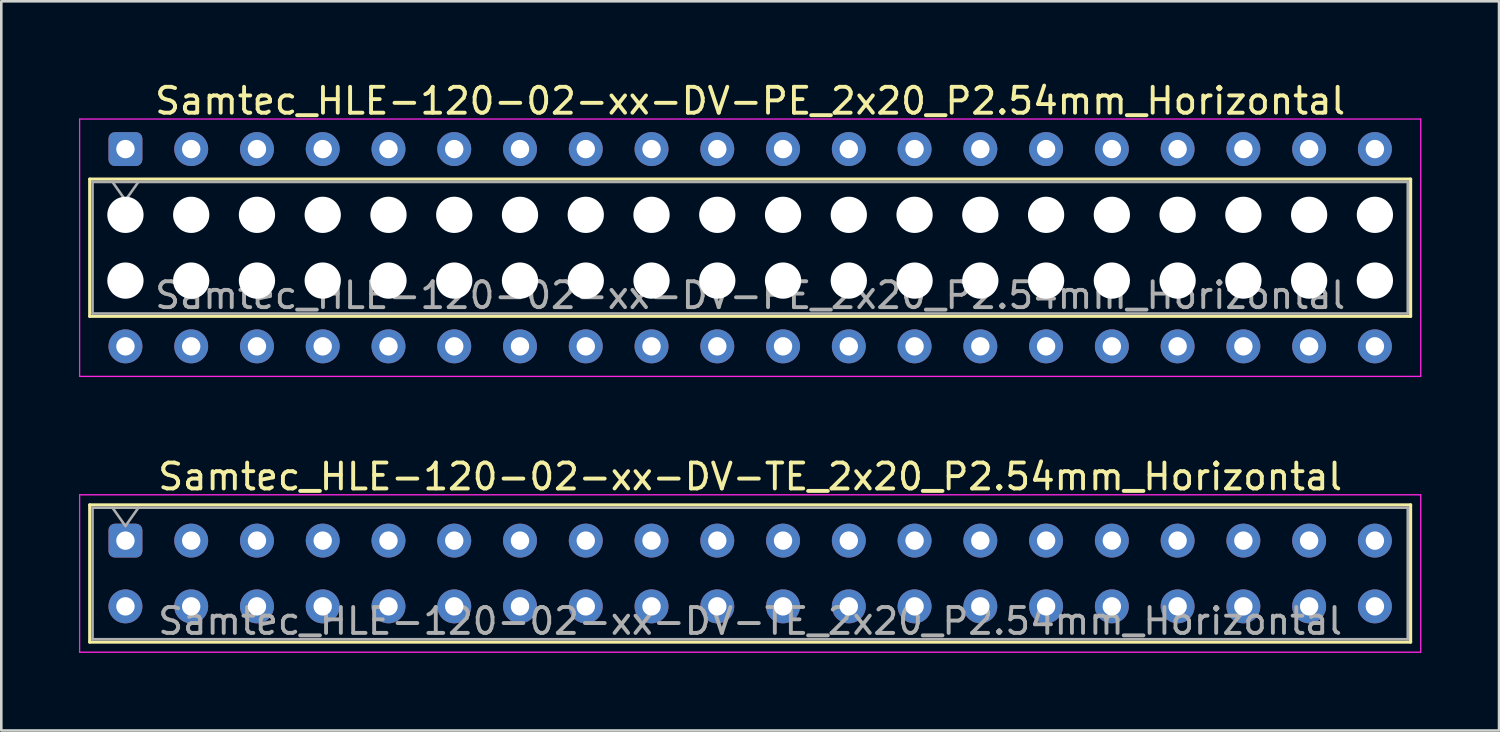
<source format=kicad_pcb>
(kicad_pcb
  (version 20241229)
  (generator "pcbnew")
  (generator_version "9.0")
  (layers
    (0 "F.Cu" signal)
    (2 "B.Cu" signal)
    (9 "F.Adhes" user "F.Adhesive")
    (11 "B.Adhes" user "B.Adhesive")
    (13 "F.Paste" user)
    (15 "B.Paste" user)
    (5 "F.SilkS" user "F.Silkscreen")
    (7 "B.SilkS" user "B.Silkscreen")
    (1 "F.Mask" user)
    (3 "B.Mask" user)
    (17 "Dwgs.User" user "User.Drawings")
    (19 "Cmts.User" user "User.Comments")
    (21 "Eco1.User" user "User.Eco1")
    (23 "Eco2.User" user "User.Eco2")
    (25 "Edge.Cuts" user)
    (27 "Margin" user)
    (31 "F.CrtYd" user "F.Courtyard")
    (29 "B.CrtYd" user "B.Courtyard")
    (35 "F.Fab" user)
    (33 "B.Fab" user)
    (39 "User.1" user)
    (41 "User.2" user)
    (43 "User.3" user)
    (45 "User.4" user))
  (footprint "Samtec_HLE-120-02-xx-DV-PE_2x20_P2.54mm_Horizontal"
    (layer "F.Cu")
    (at 1.795 2.708)
    (property "Reference" "Samtec_HLE-120-02-xx-DV-PE_2x20_P2.54mm_Horizontal" (at 24.13 -1.86 0) (layer "F.SilkS") (effects (font (size 1 1) (thickness 0.15))))
    (attr through_hole)
    (fp_line (start -1.38 1.16) (end 49.64 1.16) (stroke (width 0.12) (type solid)) (layer "F.SilkS"))
    (fp_line (start -1.38 6.46) (end -1.38 1.16) (stroke (width 0.12) (type solid)) (layer "F.SilkS"))
    (fp_line (start 49.64 1.16) (end 49.64 6.46) (stroke (width 0.12) (type solid)) (layer "F.SilkS"))
    (fp_line (start 49.64 6.46) (end -1.38 6.46) (stroke (width 0.12) (type solid)) (layer "F.SilkS"))
    (fp_line (start -1.77 -1.16) (end 50.03 -1.16) (stroke (width 0.05) (type solid)) (layer "F.CrtYd"))
    (fp_line (start -1.77 8.78) (end -1.77 -1.16) (stroke (width 0.05) (type solid)) (layer "F.CrtYd"))
    (fp_line (start 50.03 -1.16) (end 50.03 8.78) (stroke (width 0.05) (type solid)) (layer "F.CrtYd"))
    (fp_line (start 50.03 8.78) (end -1.77 8.78) (stroke (width 0.05) (type solid)) (layer "F.CrtYd"))
    (fp_line (start -1.27 1.27) (end 49.53 1.27) (stroke (width 0.1) (type solid)) (layer "F.Fab"))
    (fp_line (start -1.27 6.35) (end -1.27 1.27) (stroke (width 0.1) (type solid)) (layer "F.Fab"))
    (fp_line (start -0.5 1.27) (end 0 1.977) (stroke (width 0.1) (type solid)) (layer "F.Fab"))
    (fp_line (start 0 1.977) (end 0.5 1.27) (stroke (width 0.1) (type solid)) (layer "F.Fab"))
    (fp_line (start 49.53 1.27) (end 49.53 6.35) (stroke (width 0.1) (type solid)) (layer "F.Fab"))
    (fp_line (start 49.53 6.35) (end -1.27 6.35) (stroke (width 0.1) (type solid)) (layer "F.Fab"))
    (fp_text user "${REFERENCE}" (at 24.13 5.65 0) (layer "F.Fab") (effects (font (size 1 1) (thickness 0.15))))
    (pad "" np_thru_hole circle (at 0 2.54) (size 1.4 1.4) (drill 1.4) (layers "*.Cu" "*.Mask"))
    (pad "" np_thru_hole circle (at 0 5.08) (size 1.4 1.4) (drill 1.4) (layers "*.Cu" "*.Mask"))
    (pad "" np_thru_hole circle (at 2.54 2.54) (size 1.4 1.4) (drill 1.4) (layers "*.Cu" "*.Mask"))
    (pad "" np_thru_hole circle (at 2.54 5.08) (size 1.4 1.4) (drill 1.4) (layers "*.Cu" "*.Mask"))
    (pad "" np_thru_hole circle (at 5.08 2.54) (size 1.4 1.4) (drill 1.4) (layers "*.Cu" "*.Mask"))
    (pad "" np_thru_hole circle (at 5.08 5.08) (size 1.4 1.4) (drill 1.4) (layers "*.Cu" "*.Mask"))
    (pad "" np_thru_hole circle (at 7.62 2.54) (size 1.4 1.4) (drill 1.4) (layers "*.Cu" "*.Mask"))
    (pad "" np_thru_hole circle (at 7.62 5.08) (size 1.4 1.4) (drill 1.4) (layers "*.Cu" "*.Mask"))
    (pad "" np_thru_hole circle (at 10.16 2.54) (size 1.4 1.4) (drill 1.4) (layers "*.Cu" "*.Mask"))
    (pad "" np_thru_hole circle (at 10.16 5.08) (size 1.4 1.4) (drill 1.4) (layers "*.Cu" "*.Mask"))
    (pad "" np_thru_hole circle (at 12.7 2.54) (size 1.4 1.4) (drill 1.4) (layers "*.Cu" "*.Mask"))
    (pad "" np_thru_hole circle (at 12.7 5.08) (size 1.4 1.4) (drill 1.4) (layers "*.Cu" "*.Mask"))
    (pad "" np_thru_hole circle (at 15.24 2.54) (size 1.4 1.4) (drill 1.4) (layers "*.Cu" "*.Mask"))
    (pad "" np_thru_hole circle (at 15.24 5.08) (size 1.4 1.4) (drill 1.4) (layers "*.Cu" "*.Mask"))
    (pad "" np_thru_hole circle (at 17.78 2.54) (size 1.4 1.4) (drill 1.4) (layers "*.Cu" "*.Mask"))
    (pad "" np_thru_hole circle (at 17.78 5.08) (size 1.4 1.4) (drill 1.4) (layers "*.Cu" "*.Mask"))
    (pad "" np_thru_hole circle (at 20.32 2.54) (size 1.4 1.4) (drill 1.4) (layers "*.Cu" "*.Mask"))
    (pad "" np_thru_hole circle (at 20.32 5.08) (size 1.4 1.4) (drill 1.4) (layers "*.Cu" "*.Mask"))
    (pad "" np_thru_hole circle (at 22.86 2.54) (size 1.4 1.4) (drill 1.4) (layers "*.Cu" "*.Mask"))
    (pad "" np_thru_hole circle (at 22.86 5.08) (size 1.4 1.4) (drill 1.4) (layers "*.Cu" "*.Mask"))
    (pad "" np_thru_hole circle (at 25.4 2.54) (size 1.4 1.4) (drill 1.4) (layers "*.Cu" "*.Mask"))
    (pad "" np_thru_hole circle (at 25.4 5.08) (size 1.4 1.4) (drill 1.4) (layers "*.Cu" "*.Mask"))
    (pad "" np_thru_hole circle (at 27.94 2.54) (size 1.4 1.4) (drill 1.4) (layers "*.Cu" "*.Mask"))
    (pad "" np_thru_hole circle (at 27.94 5.08) (size 1.4 1.4) (drill 1.4) (layers "*.Cu" "*.Mask"))
    (pad "" np_thru_hole circle (at 30.48 2.54) (size 1.4 1.4) (drill 1.4) (layers "*.Cu" "*.Mask"))
    (pad "" np_thru_hole circle (at 30.48 5.08) (size 1.4 1.4) (drill 1.4) (layers "*.Cu" "*.Mask"))
    (pad "" np_thru_hole circle (at 33.02 2.54) (size 1.4 1.4) (drill 1.4) (layers "*.Cu" "*.Mask"))
    (pad "" np_thru_hole circle (at 33.02 5.08) (size 1.4 1.4) (drill 1.4) (layers "*.Cu" "*.Mask"))
    (pad "" np_thru_hole circle (at 35.56 2.54) (size 1.4 1.4) (drill 1.4) (layers "*.Cu" "*.Mask"))
    (pad "" np_thru_hole circle (at 35.56 5.08) (size 1.4 1.4) (drill 1.4) (layers "*.Cu" "*.Mask"))
    (pad "" np_thru_hole circle (at 38.1 2.54) (size 1.4 1.4) (drill 1.4) (layers "*.Cu" "*.Mask"))
    (pad "" np_thru_hole circle (at 38.1 5.08) (size 1.4 1.4) (drill 1.4) (layers "*.Cu" "*.Mask"))
    (pad "" np_thru_hole circle (at 40.64 2.54) (size 1.4 1.4) (drill 1.4) (layers "*.Cu" "*.Mask"))
    (pad "" np_thru_hole circle (at 40.64 5.08) (size 1.4 1.4) (drill 1.4) (layers "*.Cu" "*.Mask"))
    (pad "" np_thru_hole circle (at 43.18 2.54) (size 1.4 1.4) (drill 1.4) (layers "*.Cu" "*.Mask"))
    (pad "" np_thru_hole circle (at 43.18 5.08) (size 1.4 1.4) (drill 1.4) (layers "*.Cu" "*.Mask"))
    (pad "" np_thru_hole circle (at 45.72 2.54) (size 1.4 1.4) (drill 1.4) (layers "*.Cu" "*.Mask"))
    (pad "" np_thru_hole circle (at 45.72 5.08) (size 1.4 1.4) (drill 1.4) (layers "*.Cu" "*.Mask"))
    (pad "" np_thru_hole circle (at 48.26 2.54) (size 1.4 1.4) (drill 1.4) (layers "*.Cu" "*.Mask"))
    (pad "" np_thru_hole circle (at 48.26 5.08) (size 1.4 1.4) (drill 1.4) (layers "*.Cu" "*.Mask"))
    (pad "1" thru_hole roundrect (at 0 0) (size 1.31 1.31) (drill 0.71) (layers "*.Cu" "*.Mask") (roundrect_rratio 0.191))
    (pad "2" thru_hole circle (at 0 7.62) (size 1.31 1.31) (drill 0.71) (layers "*.Cu" "*.Mask"))
    (pad "3" thru_hole circle (at 2.54 0) (size 1.31 1.31) (drill 0.71) (layers "*.Cu" "*.Mask"))
    (pad "4" thru_hole circle (at 2.54 7.62) (size 1.31 1.31) (drill 0.71) (layers "*.Cu" "*.Mask"))
    (pad "5" thru_hole circle (at 5.08 0) (size 1.31 1.31) (drill 0.71) (layers "*.Cu" "*.Mask"))
    (pad "6" thru_hole circle (at 5.08 7.62) (size 1.31 1.31) (drill 0.71) (layers "*.Cu" "*.Mask"))
    (pad "7" thru_hole circle (at 7.62 0) (size 1.31 1.31) (drill 0.71) (layers "*.Cu" "*.Mask"))
    (pad "8" thru_hole circle (at 7.62 7.62) (size 1.31 1.31) (drill 0.71) (layers "*.Cu" "*.Mask"))
    (pad "9" thru_hole circle (at 10.16 0) (size 1.31 1.31) (drill 0.71) (layers "*.Cu" "*.Mask"))
    (pad "10" thru_hole circle (at 10.16 7.62) (size 1.31 1.31) (drill 0.71) (layers "*.Cu" "*.Mask"))
    (pad "11" thru_hole circle (at 12.7 0) (size 1.31 1.31) (drill 0.71) (layers "*.Cu" "*.Mask"))
    (pad "12" thru_hole circle (at 12.7 7.62) (size 1.31 1.31) (drill 0.71) (layers "*.Cu" "*.Mask"))
    (pad "13" thru_hole circle (at 15.24 0) (size 1.31 1.31) (drill 0.71) (layers "*.Cu" "*.Mask"))
    (pad "14" thru_hole circle (at 15.24 7.62) (size 1.31 1.31) (drill 0.71) (layers "*.Cu" "*.Mask"))
    (pad "15" thru_hole circle (at 17.78 0) (size 1.31 1.31) (drill 0.71) (layers "*.Cu" "*.Mask"))
    (pad "16" thru_hole circle (at 17.78 7.62) (size 1.31 1.31) (drill 0.71) (layers "*.Cu" "*.Mask"))
    (pad "17" thru_hole circle (at 20.32 0) (size 1.31 1.31) (drill 0.71) (layers "*.Cu" "*.Mask"))
    (pad "18" thru_hole circle (at 20.32 7.62) (size 1.31 1.31) (drill 0.71) (layers "*.Cu" "*.Mask"))
    (pad "19" thru_hole circle (at 22.86 0) (size 1.31 1.31) (drill 0.71) (layers "*.Cu" "*.Mask"))
    (pad "20" thru_hole circle (at 22.86 7.62) (size 1.31 1.31) (drill 0.71) (layers "*.Cu" "*.Mask"))
    (pad "21" thru_hole circle (at 25.4 0) (size 1.31 1.31) (drill 0.71) (layers "*.Cu" "*.Mask"))
    (pad "22" thru_hole circle (at 25.4 7.62) (size 1.31 1.31) (drill 0.71) (layers "*.Cu" "*.Mask"))
    (pad "23" thru_hole circle (at 27.94 0) (size 1.31 1.31) (drill 0.71) (layers "*.Cu" "*.Mask"))
    (pad "24" thru_hole circle (at 27.94 7.62) (size 1.31 1.31) (drill 0.71) (layers "*.Cu" "*.Mask"))
    (pad "25" thru_hole circle (at 30.48 0) (size 1.31 1.31) (drill 0.71) (layers "*.Cu" "*.Mask"))
    (pad "26" thru_hole circle (at 30.48 7.62) (size 1.31 1.31) (drill 0.71) (layers "*.Cu" "*.Mask"))
    (pad "27" thru_hole circle (at 33.02 0) (size 1.31 1.31) (drill 0.71) (layers "*.Cu" "*.Mask"))
    (pad "28" thru_hole circle (at 33.02 7.62) (size 1.31 1.31) (drill 0.71) (layers "*.Cu" "*.Mask"))
    (pad "29" thru_hole circle (at 35.56 0) (size 1.31 1.31) (drill 0.71) (layers "*.Cu" "*.Mask"))
    (pad "30" thru_hole circle (at 35.56 7.62) (size 1.31 1.31) (drill 0.71) (layers "*.Cu" "*.Mask"))
    (pad "31" thru_hole circle (at 38.1 0) (size 1.31 1.31) (drill 0.71) (layers "*.Cu" "*.Mask"))
    (pad "32" thru_hole circle (at 38.1 7.62) (size 1.31 1.31) (drill 0.71) (layers "*.Cu" "*.Mask"))
    (pad "33" thru_hole circle (at 40.64 0) (size 1.31 1.31) (drill 0.71) (layers "*.Cu" "*.Mask"))
    (pad "34" thru_hole circle (at 40.64 7.62) (size 1.31 1.31) (drill 0.71) (layers "*.Cu" "*.Mask"))
    (pad "35" thru_hole circle (at 43.18 0) (size 1.31 1.31) (drill 0.71) (layers "*.Cu" "*.Mask"))
    (pad "36" thru_hole circle (at 43.18 7.62) (size 1.31 1.31) (drill 0.71) (layers "*.Cu" "*.Mask"))
    (pad "37" thru_hole circle (at 45.72 0) (size 1.31 1.31) (drill 0.71) (layers "*.Cu" "*.Mask"))
    (pad "38" thru_hole circle (at 45.72 7.62) (size 1.31 1.31) (drill 0.71) (layers "*.Cu" "*.Mask"))
    (pad "39" thru_hole circle (at 48.26 0) (size 1.31 1.31) (drill 0.71) (layers "*.Cu" "*.Mask"))
    (pad "40" thru_hole circle (at 48.26 7.62) (size 1.31 1.31) (drill 0.71) (layers "*.Cu" "*.Mask")))
  (footprint "Samtec_HLE-120-02-xx-DV-TE_2x20_P2.54mm_Horizontal"
    (layer "F.Cu")
    (at 1.795 17.831)
    (property "Reference" "Samtec_HLE-120-02-xx-DV-TE_2x20_P2.54mm_Horizontal" (at 24.13 -2.47 0) (layer "F.SilkS") (effects (font (size 1 1) (thickness 0.15))))
    (attr through_hole)
    (fp_line (start -1.38 -1.38) (end 49.64 -1.38) (stroke (width 0.12) (type solid)) (layer "F.SilkS"))
    (fp_line (start -1.38 3.92) (end -1.38 -1.38) (stroke (width 0.12) (type solid)) (layer "F.SilkS"))
    (fp_line (start 49.64 -1.38) (end 49.64 3.92) (stroke (width 0.12) (type solid)) (layer "F.SilkS"))
    (fp_line (start 49.64 3.92) (end -1.38 3.92) (stroke (width 0.12) (type solid)) (layer "F.SilkS"))
    (fp_line (start -1.77 -1.77) (end 50.03 -1.77) (stroke (width 0.05) (type solid)) (layer "F.CrtYd"))
    (fp_line (start -1.77 4.31) (end -1.77 -1.77) (stroke (width 0.05) (type solid)) (layer "F.CrtYd"))
    (fp_line (start 50.03 -1.77) (end 50.03 4.31) (stroke (width 0.05) (type solid)) (layer "F.CrtYd"))
    (fp_line (start 50.03 4.31) (end -1.77 4.31) (stroke (width 0.05) (type solid)) (layer "F.CrtYd"))
    (fp_line (start -1.27 -1.27) (end 49.53 -1.27) (stroke (width 0.1) (type solid)) (layer "F.Fab"))
    (fp_line (start -1.27 3.81) (end -1.27 -1.27) (stroke (width 0.1) (type solid)) (layer "F.Fab"))
    (fp_line (start -0.5 -1.27) (end 0 -0.563) (stroke (width 0.1) (type solid)) (layer "F.Fab"))
    (fp_line (start 0 -0.563) (end 0.5 -1.27) (stroke (width 0.1) (type solid)) (layer "F.Fab"))
    (fp_line (start 49.53 -1.27) (end 49.53 3.81) (stroke (width 0.1) (type solid)) (layer "F.Fab"))
    (fp_line (start 49.53 3.81) (end -1.27 3.81) (stroke (width 0.1) (type solid)) (layer "F.Fab"))
    (fp_text user "${REFERENCE}" (at 24.13 3.11 0) (layer "F.Fab") (effects (font (size 1 1) (thickness 0.15))))
    (pad "1" thru_hole roundrect (at 0 0) (size 1.31 1.31) (drill 0.71) (layers "*.Cu" "*.Mask") (roundrect_rratio 0.191))
    (pad "2" thru_hole circle (at 0 2.54) (size 1.31 1.31) (drill 0.71) (layers "*.Cu" "*.Mask"))
    (pad "3" thru_hole circle (at 2.54 0) (size 1.31 1.31) (drill 0.71) (layers "*.Cu" "*.Mask"))
    (pad "4" thru_hole circle (at 2.54 2.54) (size 1.31 1.31) (drill 0.71) (layers "*.Cu" "*.Mask"))
    (pad "5" thru_hole circle (at 5.08 0) (size 1.31 1.31) (drill 0.71) (layers "*.Cu" "*.Mask"))
    (pad "6" thru_hole circle (at 5.08 2.54) (size 1.31 1.31) (drill 0.71) (layers "*.Cu" "*.Mask"))
    (pad "7" thru_hole circle (at 7.62 0) (size 1.31 1.31) (drill 0.71) (layers "*.Cu" "*.Mask"))
    (pad "8" thru_hole circle (at 7.62 2.54) (size 1.31 1.31) (drill 0.71) (layers "*.Cu" "*.Mask"))
    (pad "9" thru_hole circle (at 10.16 0) (size 1.31 1.31) (drill 0.71) (layers "*.Cu" "*.Mask"))
    (pad "10" thru_hole circle (at 10.16 2.54) (size 1.31 1.31) (drill 0.71) (layers "*.Cu" "*.Mask"))
    (pad "11" thru_hole circle (at 12.7 0) (size 1.31 1.31) (drill 0.71) (layers "*.Cu" "*.Mask"))
    (pad "12" thru_hole circle (at 12.7 2.54) (size 1.31 1.31) (drill 0.71) (layers "*.Cu" "*.Mask"))
    (pad "13" thru_hole circle (at 15.24 0) (size 1.31 1.31) (drill 0.71) (layers "*.Cu" "*.Mask"))
    (pad "14" thru_hole circle (at 15.24 2.54) (size 1.31 1.31) (drill 0.71) (layers "*.Cu" "*.Mask"))
    (pad "15" thru_hole circle (at 17.78 0) (size 1.31 1.31) (drill 0.71) (layers "*.Cu" "*.Mask"))
    (pad "16" thru_hole circle (at 17.78 2.54) (size 1.31 1.31) (drill 0.71) (layers "*.Cu" "*.Mask"))
    (pad "17" thru_hole circle (at 20.32 0) (size 1.31 1.31) (drill 0.71) (layers "*.Cu" "*.Mask"))
    (pad "18" thru_hole circle (at 20.32 2.54) (size 1.31 1.31) (drill 0.71) (layers "*.Cu" "*.Mask"))
    (pad "19" thru_hole circle (at 22.86 0) (size 1.31 1.31) (drill 0.71) (layers "*.Cu" "*.Mask"))
    (pad "20" thru_hole circle (at 22.86 2.54) (size 1.31 1.31) (drill 0.71) (layers "*.Cu" "*.Mask"))
    (pad "21" thru_hole circle (at 25.4 0) (size 1.31 1.31) (drill 0.71) (layers "*.Cu" "*.Mask"))
    (pad "22" thru_hole circle (at 25.4 2.54) (size 1.31 1.31) (drill 0.71) (layers "*.Cu" "*.Mask"))
    (pad "23" thru_hole circle (at 27.94 0) (size 1.31 1.31) (drill 0.71) (layers "*.Cu" "*.Mask"))
    (pad "24" thru_hole circle (at 27.94 2.54) (size 1.31 1.31) (drill 0.71) (layers "*.Cu" "*.Mask"))
    (pad "25" thru_hole circle (at 30.48 0) (size 1.31 1.31) (drill 0.71) (layers "*.Cu" "*.Mask"))
    (pad "26" thru_hole circle (at 30.48 2.54) (size 1.31 1.31) (drill 0.71) (layers "*.Cu" "*.Mask"))
    (pad "27" thru_hole circle (at 33.02 0) (size 1.31 1.31) (drill 0.71) (layers "*.Cu" "*.Mask"))
    (pad "28" thru_hole circle (at 33.02 2.54) (size 1.31 1.31) (drill 0.71) (layers "*.Cu" "*.Mask"))
    (pad "29" thru_hole circle (at 35.56 0) (size 1.31 1.31) (drill 0.71) (layers "*.Cu" "*.Mask"))
    (pad "30" thru_hole circle (at 35.56 2.54) (size 1.31 1.31) (drill 0.71) (layers "*.Cu" "*.Mask"))
    (pad "31" thru_hole circle (at 38.1 0) (size 1.31 1.31) (drill 0.71) (layers "*.Cu" "*.Mask"))
    (pad "32" thru_hole circle (at 38.1 2.54) (size 1.31 1.31) (drill 0.71) (layers "*.Cu" "*.Mask"))
    (pad "33" thru_hole circle (at 40.64 0) (size 1.31 1.31) (drill 0.71) (layers "*.Cu" "*.Mask"))
    (pad "34" thru_hole circle (at 40.64 2.54) (size 1.31 1.31) (drill 0.71) (layers "*.Cu" "*.Mask"))
    (pad "35" thru_hole circle (at 43.18 0) (size 1.31 1.31) (drill 0.71) (layers "*.Cu" "*.Mask"))
    (pad "36" thru_hole circle (at 43.18 2.54) (size 1.31 1.31) (drill 0.71) (layers "*.Cu" "*.Mask"))
    (pad "37" thru_hole circle (at 45.72 0) (size 1.31 1.31) (drill 0.71) (layers "*.Cu" "*.Mask"))
    (pad "38" thru_hole circle (at 45.72 2.54) (size 1.31 1.31) (drill 0.71) (layers "*.Cu" "*.Mask"))
    (pad "39" thru_hole circle (at 48.26 0) (size 1.31 1.31) (drill 0.71) (layers "*.Cu" "*.Mask"))
    (pad "40" thru_hole circle (at 48.26 2.54) (size 1.31 1.31) (drill 0.71) (layers "*.Cu" "*.Mask")))
  (gr_rect
    (start -3 -3)
    (end 54.85 25.166)
    (stroke (width 0.1) (type default))
    (fill no)
    (layer "Edge.Cuts")))
</source>
